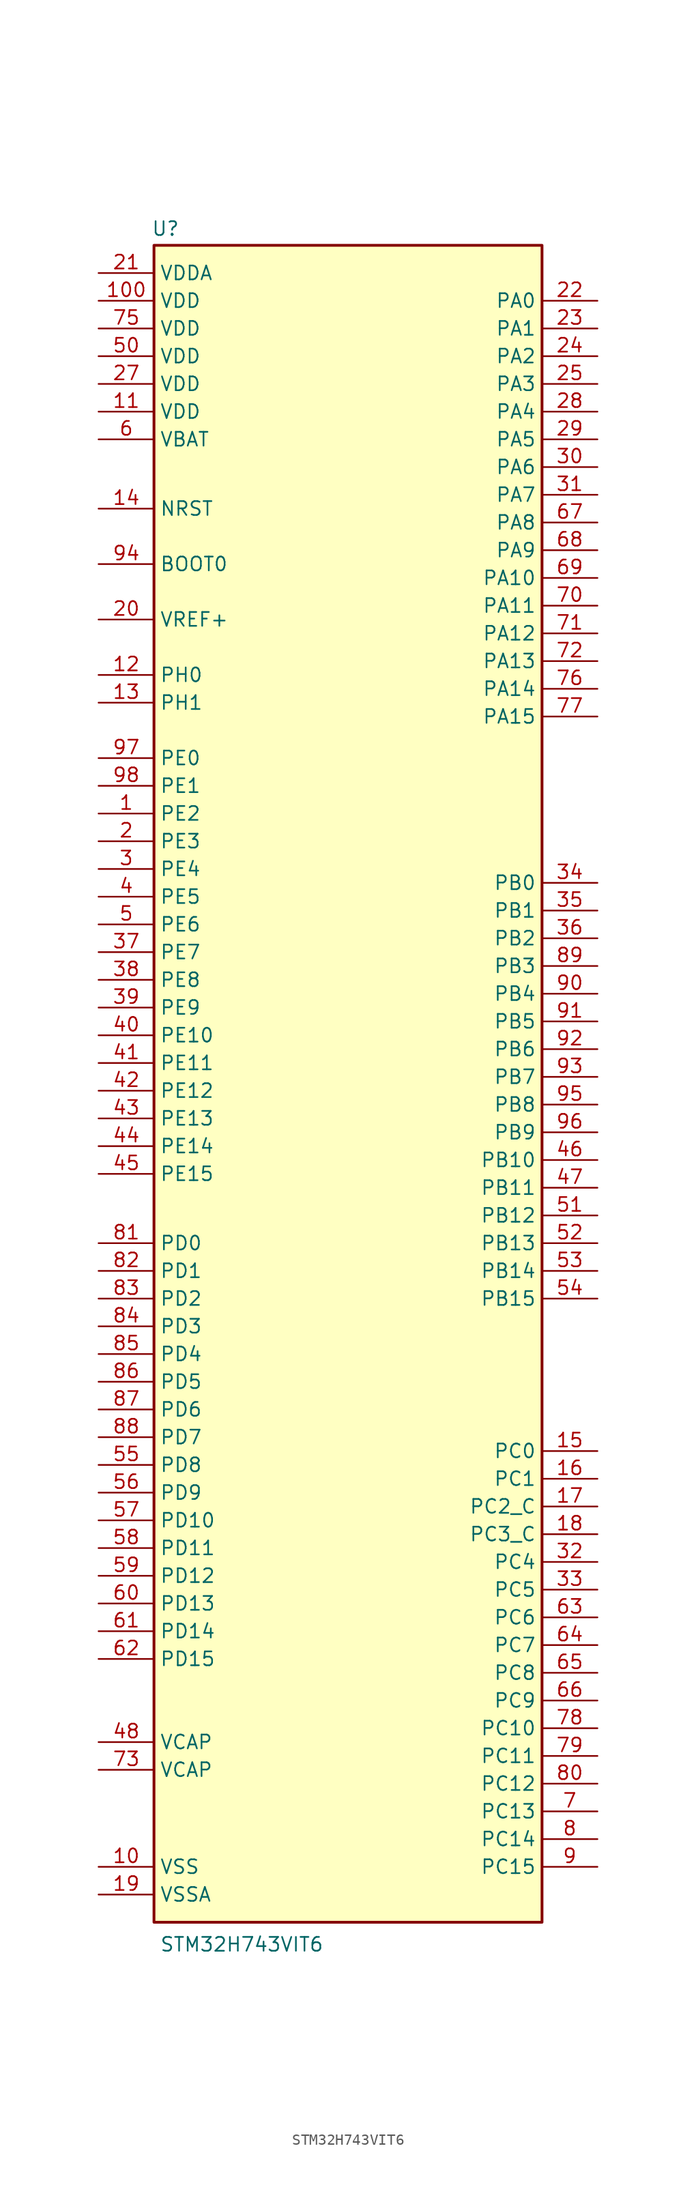
<source format=kicad_sym>
(kicad_symbol_lib
  (version 20241209)
  (generator "kicad_symbol_editor")
  (generator_version "9.0")
  (symbol "STM32H743VIT6"
    (property "Reference" "U"
      (at -18.034 89.154 0)
      (effects (font (size 1.27 1.27)) (justify left)))
    (property "Value" "STM32H743VIT6"
      (at -17.272 -68.072 0)
      (effects (font (size 1.27 1.27)) (justify left)))
    (symbol "STM32H743VIT6_0_1"
      (rectangle (start -17.78 87.63) (end 17.78 -66.04) (stroke (width 0.254) (type default)) (fill (type background))))
    (symbol "STM32H743VIT6_1_1"
      (pin power_in line (at -22.86 85.09 0) (length 5.08) (name "VDDA" (effects (font (size 1.27 1.27)))) (number "21" (effects (font (size 1.27 1.27)))))
      (pin power_in line (at -22.86 82.55 0) (length 5.08) (name "VDD" (effects (font (size 1.27 1.27)))) (number "100" (effects (font (size 1.27 1.27)))))
      (pin power_in line (at -22.86 80.01 0) (length 5.08) (name "VDD" (effects (font (size 1.27 1.27)))) (number "75" (effects (font (size 1.27 1.27)))))
      (pin power_in line (at -22.86 77.47 0) (length 5.08) (name "VDD" (effects (font (size 1.27 1.27)))) (number "50" (effects (font (size 1.27 1.27)))))
      (pin power_in line (at -22.86 74.93 0) (length 5.08) (name "VDD" (effects (font (size 1.27 1.27)))) (number "27" (effects (font (size 1.27 1.27)))))
      (pin power_in line (at -22.86 72.39 0) (length 5.08) (name "VDD" (effects (font (size 1.27 1.27)))) (number "11" (effects (font (size 1.27 1.27)))))
      (pin power_in line (at -22.86 69.85 0) (length 5.08) (name "VBAT" (effects (font (size 1.27 1.27)))) (number "6" (effects (font (size 1.27 1.27)))))
      (pin input line (at -22.86 63.5 0) (length 5.08) (name "NRST" (effects (font (size 1.27 1.27)))) (number "14" (effects (font (size 1.27 1.27)))))
      (pin input line (at -22.86 58.42 0) (length 5.08) (name "BOOT0" (effects (font (size 1.27 1.27)))) (number "94" (effects (font (size 1.27 1.27)))))
      (pin input line (at -22.86 53.34 0) (length 5.08) (name "VREF+" (effects (font (size 1.27 1.27)))) (number "20" (effects (font (size 1.27 1.27)))) (alternate "VREFBUF_OUT" bidirectional line))
      (pin bidirectional line (at -22.86 48.26 0) (length 5.08) (name "PH0" (effects (font (size 1.27 1.27)))) (number "12" (effects (font (size 1.27 1.27)))) (alternate "RCC_OSC_IN" bidirectional line))
      (pin bidirectional line (at -22.86 45.72 0) (length 5.08) (name "PH1" (effects (font (size 1.27 1.27)))) (number "13" (effects (font (size 1.27 1.27)))) (alternate "RCC_OSC_OUT" bidirectional line))
      (pin bidirectional line (at -22.86 40.64 0) (length 5.08) (name "PE0" (effects (font (size 1.27 1.27)))) (number "97" (effects (font (size 1.27 1.27)))) (alternate "DCMI_D2" bidirectional line) (alternate "FMC_NBL0" bidirectional line) (alternate "HRTIM_SCIN" bidirectional line) (alternate "LPTIM1_ETR" bidirectional line) (alternate "LPTIM2_ETR" bidirectional line) (alternate "SAI2_MCLK_A" bidirectional line) (alternate "TIM4_ETR" bidirectional line) (alternate "UART8_RX" bidirectional line))
      (pin bidirectional line (at -22.86 38.1 0) (length 5.08) (name "PE1" (effects (font (size 1.27 1.27)))) (number "98" (effects (font (size 1.27 1.27)))) (alternate "DCMI_D3" bidirectional line) (alternate "FMC_NBL1" bidirectional line) (alternate "HRTIM_SCOUT" bidirectional line) (alternate "LPTIM1_IN2" bidirectional line) (alternate "UART8_TX" bidirectional line))
      (pin bidirectional line (at -22.86 35.56 0) (length 5.08) (name "PE2" (effects (font (size 1.27 1.27)))) (number "1" (effects (font (size 1.27 1.27)))) (alternate "DEBUG_TRACECLK" bidirectional line) (alternate "ETH_TXD3" bidirectional line) (alternate "FMC_A23" bidirectional line) (alternate "QUADSPI_BK1_IO2" bidirectional line) (alternate "SAI1_CK1" bidirectional line) (alternate "SAI1_MCLK_A" bidirectional line) (alternate "SAI4_CK1" bidirectional line) (alternate "SAI4_MCLK_A" bidirectional line) (alternate "SPI4_SCK" bidirectional line))
      (pin bidirectional line (at -22.86 33.02 0) (length 5.08) (name "PE3" (effects (font (size 1.27 1.27)))) (number "2" (effects (font (size 1.27 1.27)))) (alternate "DEBUG_TRACED0" bidirectional line) (alternate "FMC_A19" bidirectional line) (alternate "SAI1_SD_B" bidirectional line) (alternate "SAI4_SD_B" bidirectional line) (alternate "TIM15_BKIN" bidirectional line))
      (pin bidirectional line (at -22.86 30.48 0) (length 5.08) (name "PE4" (effects (font (size 1.27 1.27)))) (number "3" (effects (font (size 1.27 1.27)))) (alternate "DCMI_D4" bidirectional line) (alternate "DEBUG_TRACED1" bidirectional line) (alternate "DFSDM1_DATIN3" bidirectional line) (alternate "FMC_A20" bidirectional line) (alternate "LTDC_B0" bidirectional line) (alternate "SAI1_D2" bidirectional line) (alternate "SAI1_FS_A" bidirectional line) (alternate "SAI4_D2" bidirectional line) (alternate "SAI4_FS_A" bidirectional line) (alternate "SPI4_NSS" bidirectional line) (alternate "TIM15_CH1N" bidirectional line))
      (pin bidirectional line (at -22.86 27.94 0) (length 5.08) (name "PE5" (effects (font (size 1.27 1.27)))) (number "4" (effects (font (size 1.27 1.27)))) (alternate "DCMI_D6" bidirectional line) (alternate "DEBUG_TRACED2" bidirectional line) (alternate "DFSDM1_CKIN3" bidirectional line) (alternate "FMC_A21" bidirectional line) (alternate "LTDC_G0" bidirectional line) (alternate "SAI1_CK2" bidirectional line) (alternate "SAI1_SCK_A" bidirectional line) (alternate "SAI4_CK2" bidirectional line) (alternate "SAI4_SCK_A" bidirectional line) (alternate "SPI4_MISO" bidirectional line) (alternate "TIM15_CH1" bidirectional line))
      (pin bidirectional line (at -22.86 25.4 0) (length 5.08) (name "PE6" (effects (font (size 1.27 1.27)))) (number "5" (effects (font (size 1.27 1.27)))) (alternate "DCMI_D7" bidirectional line) (alternate "DEBUG_TRACED3" bidirectional line) (alternate "FMC_A22" bidirectional line) (alternate "LTDC_G1" bidirectional line) (alternate "SAI1_D1" bidirectional line) (alternate "SAI1_SD_A" bidirectional line) (alternate "SAI2_MCLK_B" bidirectional line) (alternate "SAI4_D1" bidirectional line) (alternate "SAI4_SD_A" bidirectional line) (alternate "SPI4_MOSI" bidirectional line) (alternate "TIM15_CH2" bidirectional line) (alternate "TIM1_BKIN2" bidirectional line) (alternate "TIM1_BKIN2_COMP1" bidirectional line) (alternate "TIM1_BKIN2_COMP2" bidirectional line))
      (pin bidirectional line (at -22.86 22.86 0) (length 5.08) (name "PE7" (effects (font (size 1.27 1.27)))) (number "37" (effects (font (size 1.27 1.27)))) (alternate "COMP2_INM" bidirectional line) (alternate "DFSDM1_DATIN2" bidirectional line) (alternate "FMC_D4" bidirectional line) (alternate "FMC_DA4" bidirectional line) (alternate "OPAMP2_VOUT" bidirectional line) (alternate "QUADSPI_BK2_IO0" bidirectional line) (alternate "TIM1_ETR" bidirectional line) (alternate "UART7_RX" bidirectional line))
      (pin bidirectional line (at -22.86 20.32 0) (length 5.08) (name "PE8" (effects (font (size 1.27 1.27)))) (number "38" (effects (font (size 1.27 1.27)))) (alternate "COMP2_OUT" bidirectional line) (alternate "DFSDM1_CKIN2" bidirectional line) (alternate "FMC_D5" bidirectional line) (alternate "FMC_DA5" bidirectional line) (alternate "OPAMP2_VINM" bidirectional line) (alternate "OPAMP2_VINM0" bidirectional line) (alternate "QUADSPI_BK2_IO1" bidirectional line) (alternate "TIM1_CH1N" bidirectional line) (alternate "UART7_TX" bidirectional line))
      (pin bidirectional line (at -22.86 17.78 0) (length 5.08) (name "PE9" (effects (font (size 1.27 1.27)))) (number "39" (effects (font (size 1.27 1.27)))) (alternate "COMP2_INP" bidirectional line) (alternate "DAC1_EXTI9" bidirectional line) (alternate "DFSDM1_CKOUT" bidirectional line) (alternate "FMC_D6" bidirectional line) (alternate "FMC_DA6" bidirectional line) (alternate "OPAMP2_VINP" bidirectional line) (alternate "QUADSPI_BK2_IO2" bidirectional line) (alternate "TIM1_CH1" bidirectional line) (alternate "UART7_DE" bidirectional line) (alternate "UART7_RTS" bidirectional line))
      (pin bidirectional line (at -22.86 15.24 0) (length 5.08) (name "PE10" (effects (font (size 1.27 1.27)))) (number "40" (effects (font (size 1.27 1.27)))) (alternate "COMP2_INM" bidirectional line) (alternate "DFSDM1_DATIN4" bidirectional line) (alternate "FMC_D7" bidirectional line) (alternate "FMC_DA7" bidirectional line) (alternate "QUADSPI_BK2_IO3" bidirectional line) (alternate "TIM1_CH2N" bidirectional line) (alternate "UART7_CTS" bidirectional line))
      (pin bidirectional line (at -22.86 12.7 0) (length 5.08) (name "PE11" (effects (font (size 1.27 1.27)))) (number "41" (effects (font (size 1.27 1.27)))) (alternate "ADC1_EXTI11" bidirectional line) (alternate "ADC2_EXTI11" bidirectional line) (alternate "ADC3_EXTI11" bidirectional line) (alternate "COMP2_INP" bidirectional line) (alternate "DFSDM1_CKIN4" bidirectional line) (alternate "FMC_D8" bidirectional line) (alternate "FMC_DA8" bidirectional line) (alternate "LTDC_G3" bidirectional line) (alternate "SAI2_SD_B" bidirectional line) (alternate "SPI4_NSS" bidirectional line) (alternate "TIM1_CH2" bidirectional line))
      (pin bidirectional line (at -22.86 10.16 0) (length 5.08) (name "PE12" (effects (font (size 1.27 1.27)))) (number "42" (effects (font (size 1.27 1.27)))) (alternate "COMP1_OUT" bidirectional line) (alternate "DFSDM1_DATIN5" bidirectional line) (alternate "FMC_D9" bidirectional line) (alternate "FMC_DA9" bidirectional line) (alternate "LTDC_B4" bidirectional line) (alternate "SAI2_SCK_B" bidirectional line) (alternate "SPI4_SCK" bidirectional line) (alternate "TIM1_CH3N" bidirectional line))
      (pin bidirectional line (at -22.86 7.62 0) (length 5.08) (name "PE13" (effects (font (size 1.27 1.27)))) (number "43" (effects (font (size 1.27 1.27)))) (alternate "COMP2_OUT" bidirectional line) (alternate "DFSDM1_CKIN5" bidirectional line) (alternate "FMC_D10" bidirectional line) (alternate "FMC_DA10" bidirectional line) (alternate "LTDC_DE" bidirectional line) (alternate "SAI2_FS_B" bidirectional line) (alternate "SPI4_MISO" bidirectional line) (alternate "TIM1_CH3" bidirectional line))
      (pin bidirectional line (at -22.86 5.08 0) (length 5.08) (name "PE14" (effects (font (size 1.27 1.27)))) (number "44" (effects (font (size 1.27 1.27)))) (alternate "FMC_D11" bidirectional line) (alternate "FMC_DA11" bidirectional line) (alternate "LTDC_CLK" bidirectional line) (alternate "SAI2_MCLK_B" bidirectional line) (alternate "SPI4_MOSI" bidirectional line) (alternate "TIM1_CH4" bidirectional line))
      (pin bidirectional line (at -22.86 2.54 0) (length 5.08) (name "PE15" (effects (font (size 1.27 1.27)))) (number "45" (effects (font (size 1.27 1.27)))) (alternate "ADC1_EXTI15" bidirectional line) (alternate "ADC2_EXTI15" bidirectional line) (alternate "ADC3_EXTI15" bidirectional line) (alternate "FMC_D12" bidirectional line) (alternate "FMC_DA12" bidirectional line) (alternate "LTDC_R7" bidirectional line) (alternate "TIM1_BKIN" bidirectional line) (alternate "TIM1_BKIN_COMP1" bidirectional line) (alternate "TIM1_BKIN_COMP2" bidirectional line))
      (pin bidirectional line (at -22.86 -3.81 0) (length 5.08) (name "PD0" (effects (font (size 1.27 1.27)))) (number "81" (effects (font (size 1.27 1.27)))) (alternate "DFSDM1_CKIN6" bidirectional line) (alternate "FDCAN1_RX" bidirectional line) (alternate "FMC_D2" bidirectional line) (alternate "FMC_DA2" bidirectional line) (alternate "SAI3_SCK_A" bidirectional line) (alternate "UART4_RX" bidirectional line))
      (pin bidirectional line (at -22.86 -6.35 0) (length 5.08) (name "PD1" (effects (font (size 1.27 1.27)))) (number "82" (effects (font (size 1.27 1.27)))) (alternate "DFSDM1_DATIN6" bidirectional line) (alternate "FDCAN1_TX" bidirectional line) (alternate "FMC_D3" bidirectional line) (alternate "FMC_DA3" bidirectional line) (alternate "SAI3_SD_A" bidirectional line) (alternate "UART4_TX" bidirectional line))
      (pin bidirectional line (at -22.86 -8.89 0) (length 5.08) (name "PD2" (effects (font (size 1.27 1.27)))) (number "83" (effects (font (size 1.27 1.27)))) (alternate "DCMI_D11" bidirectional line) (alternate "DEBUG_TRACED2" bidirectional line) (alternate "SDMMC1_CMD" bidirectional line) (alternate "TIM3_ETR" bidirectional line) (alternate "UART5_RX" bidirectional line))
      (pin bidirectional line (at -22.86 -11.43 0) (length 5.08) (name "PD3" (effects (font (size 1.27 1.27)))) (number "84" (effects (font (size 1.27 1.27)))) (alternate "DCMI_D5" bidirectional line) (alternate "DFSDM1_CKOUT" bidirectional line) (alternate "FMC_CLK" bidirectional line) (alternate "I2S2_CK" bidirectional line) (alternate "LTDC_G7" bidirectional line) (alternate "SPI2_SCK" bidirectional line) (alternate "USART2_CTS" bidirectional line) (alternate "USART2_NSS" bidirectional line))
      (pin bidirectional line (at -22.86 -13.97 0) (length 5.08) (name "PD4" (effects (font (size 1.27 1.27)))) (number "85" (effects (font (size 1.27 1.27)))) (alternate "FMC_NOE" bidirectional line) (alternate "HRTIM_FLT3" bidirectional line) (alternate "SAI3_FS_A" bidirectional line) (alternate "USART2_DE" bidirectional line) (alternate "USART2_RTS" bidirectional line))
      (pin bidirectional line (at -22.86 -16.51 0) (length 5.08) (name "PD5" (effects (font (size 1.27 1.27)))) (number "86" (effects (font (size 1.27 1.27)))) (alternate "FMC_NWE" bidirectional line) (alternate "HRTIM_EEV3" bidirectional line) (alternate "USART2_TX" bidirectional line))
      (pin bidirectional line (at -22.86 -19.05 0) (length 5.08) (name "PD6" (effects (font (size 1.27 1.27)))) (number "87" (effects (font (size 1.27 1.27)))) (alternate "DCMI_D10" bidirectional line) (alternate "DFSDM1_CKIN4" bidirectional line) (alternate "DFSDM1_DATIN1" bidirectional line) (alternate "FMC_NWAIT" bidirectional line) (alternate "I2S3_SDO" bidirectional line) (alternate "LTDC_B2" bidirectional line) (alternate "SAI1_D1" bidirectional line) (alternate "SAI1_SD_A" bidirectional line) (alternate "SAI4_D1" bidirectional line) (alternate "SAI4_SD_A" bidirectional line) (alternate "SDMMC2_CK" bidirectional line) (alternate "SPI3_MOSI" bidirectional line) (alternate "USART2_RX" bidirectional line))
      (pin bidirectional line (at -22.86 -21.59 0) (length 5.08) (name "PD7" (effects (font (size 1.27 1.27)))) (number "88" (effects (font (size 1.27 1.27)))) (alternate "DFSDM1_CKIN1" bidirectional line) (alternate "DFSDM1_DATIN4" bidirectional line) (alternate "FMC_NE1" bidirectional line) (alternate "I2S1_SDO" bidirectional line) (alternate "SDMMC2_CMD" bidirectional line) (alternate "SPDIFRX1_IN0" bidirectional line) (alternate "SPI1_MOSI" bidirectional line) (alternate "USART2_CK" bidirectional line))
      (pin bidirectional line (at -22.86 -24.13 0) (length 5.08) (name "PD8" (effects (font (size 1.27 1.27)))) (number "55" (effects (font (size 1.27 1.27)))) (alternate "DFSDM1_CKIN3" bidirectional line) (alternate "FMC_D13" bidirectional line) (alternate "FMC_DA13" bidirectional line) (alternate "SAI3_SCK_B" bidirectional line) (alternate "SPDIFRX1_IN1" bidirectional line) (alternate "USART3_TX" bidirectional line))
      (pin bidirectional line (at -22.86 -26.67 0) (length 5.08) (name "PD9" (effects (font (size 1.27 1.27)))) (number "56" (effects (font (size 1.27 1.27)))) (alternate "DAC1_EXTI9" bidirectional line) (alternate "DFSDM1_DATIN3" bidirectional line) (alternate "FMC_D14" bidirectional line) (alternate "FMC_DA14" bidirectional line) (alternate "SAI3_SD_B" bidirectional line) (alternate "USART3_RX" bidirectional line))
      (pin bidirectional line (at -22.86 -29.21 0) (length 5.08) (name "PD10" (effects (font (size 1.27 1.27)))) (number "57" (effects (font (size 1.27 1.27)))) (alternate "DFSDM1_CKOUT" bidirectional line) (alternate "FMC_D15" bidirectional line) (alternate "FMC_DA15" bidirectional line) (alternate "LTDC_B3" bidirectional line) (alternate "SAI3_FS_B" bidirectional line) (alternate "USART3_CK" bidirectional line))
      (pin bidirectional line (at -22.86 -31.75 0) (length 5.08) (name "PD11" (effects (font (size 1.27 1.27)))) (number "58" (effects (font (size 1.27 1.27)))) (alternate "ADC1_EXTI11" bidirectional line) (alternate "ADC2_EXTI11" bidirectional line) (alternate "ADC3_EXTI11" bidirectional line) (alternate "FMC_A16" bidirectional line) (alternate "FMC_CLE" bidirectional line) (alternate "I2C4_SMBA" bidirectional line) (alternate "LPTIM2_IN2" bidirectional line) (alternate "QUADSPI_BK1_IO0" bidirectional line) (alternate "SAI2_SD_A" bidirectional line) (alternate "USART3_CTS" bidirectional line) (alternate "USART3_NSS" bidirectional line))
      (pin bidirectional line (at -22.86 -34.29 0) (length 5.08) (name "PD12" (effects (font (size 1.27 1.27)))) (number "59" (effects (font (size 1.27 1.27)))) (alternate "FMC_A17" bidirectional line) (alternate "FMC_ALE" bidirectional line) (alternate "I2C4_SCL" bidirectional line) (alternate "LPTIM1_IN1" bidirectional line) (alternate "LPTIM2_IN1" bidirectional line) (alternate "QUADSPI_BK1_IO1" bidirectional line) (alternate "SAI2_FS_A" bidirectional line) (alternate "TIM4_CH1" bidirectional line) (alternate "USART3_DE" bidirectional line) (alternate "USART3_RTS" bidirectional line))
      (pin bidirectional line (at -22.86 -36.83 0) (length 5.08) (name "PD13" (effects (font (size 1.27 1.27)))) (number "60" (effects (font (size 1.27 1.27)))) (alternate "FMC_A18" bidirectional line) (alternate "I2C4_SDA" bidirectional line) (alternate "LPTIM1_OUT" bidirectional line) (alternate "QUADSPI_BK1_IO3" bidirectional line) (alternate "SAI2_SCK_A" bidirectional line) (alternate "TIM4_CH2" bidirectional line))
      (pin bidirectional line (at -22.86 -39.37 0) (length 5.08) (name "PD14" (effects (font (size 1.27 1.27)))) (number "61" (effects (font (size 1.27 1.27)))) (alternate "FMC_D0" bidirectional line) (alternate "FMC_DA0" bidirectional line) (alternate "SAI3_MCLK_B" bidirectional line) (alternate "TIM4_CH3" bidirectional line) (alternate "UART8_CTS" bidirectional line))
      (pin bidirectional line (at -22.86 -41.91 0) (length 5.08) (name "PD15" (effects (font (size 1.27 1.27)))) (number "62" (effects (font (size 1.27 1.27)))) (alternate "ADC1_EXTI15" bidirectional line) (alternate "ADC2_EXTI15" bidirectional line) (alternate "ADC3_EXTI15" bidirectional line) (alternate "FMC_D1" bidirectional line) (alternate "FMC_DA1" bidirectional line) (alternate "SAI3_MCLK_A" bidirectional line) (alternate "TIM4_CH4" bidirectional line) (alternate "UART8_DE" bidirectional line) (alternate "UART8_RTS" bidirectional line))
      (pin power_out line (at -22.86 -49.53 0) (length 5.08) (name "VCAP" (effects (font (size 1.27 1.27)))) (number "48" (effects (font (size 1.27 1.27)))))
      (pin power_out line (at -22.86 -52.07 0) (length 5.08) (name "VCAP" (effects (font (size 1.27 1.27)))) (number "73" (effects (font (size 1.27 1.27)))))
      (pin power_in line (at -22.86 -60.96 0) (length 5.08) (name "VSS" (effects (font (size 1.27 1.27)))) (number "10" (effects (font (size 1.27 1.27)))))
      (pin passive line (at -22.86 -60.96 0) (length 5.08) (hide yes) (name "VSS" (effects (font (size 1.27 1.27)))) (number "26" (effects (font (size 1.27 1.27)))))
      (pin passive line (at -22.86 -60.96 0) (length 5.08) (hide yes) (name "VSS" (effects (font (size 1.27 1.27)))) (number "49" (effects (font (size 1.27 1.27)))))
      (pin passive line (at -22.86 -60.96 0) (length 5.08) (hide yes) (name "VSS" (effects (font (size 1.27 1.27)))) (number "74" (effects (font (size 1.27 1.27)))))
      (pin passive line (at -22.86 -60.96 0) (length 5.08) (hide yes) (name "VSS" (effects (font (size 1.27 1.27)))) (number "99" (effects (font (size 1.27 1.27)))))
      (pin power_in line (at -22.86 -63.5 0) (length 5.08) (name "VSSA" (effects (font (size 1.27 1.27)))) (number "19" (effects (font (size 1.27 1.27)))))
      (pin bidirectional line (at 22.86 82.55 180) (length 5.08) (name "PA0" (effects (font (size 1.27 1.27)))) (number "22" (effects (font (size 1.27 1.27)))) (alternate "ADC1_INP16" bidirectional line) (alternate "ETH_CRS" bidirectional line) (alternate "PWR_WKUP1" bidirectional line) (alternate "SAI2_SD_B" bidirectional line) (alternate "SDMMC2_CMD" bidirectional line) (alternate "TIM15_BKIN" bidirectional line) (alternate "TIM2_CH1" bidirectional line) (alternate "TIM2_ETR" bidirectional line) (alternate "TIM5_CH1" bidirectional line) (alternate "TIM8_ETR" bidirectional line) (alternate "UART4_TX" bidirectional line) (alternate "USART2_CTS" bidirectional line) (alternate "USART2_NSS" bidirectional line))
      (pin bidirectional line (at 22.86 80.01 180) (length 5.08) (name "PA1" (effects (font (size 1.27 1.27)))) (number "23" (effects (font (size 1.27 1.27)))) (alternate "ADC1_INN16" bidirectional line) (alternate "ADC1_INP17" bidirectional line) (alternate "ETH_REF_CLK" bidirectional line) (alternate "ETH_RX_CLK" bidirectional line) (alternate "LPTIM3_OUT" bidirectional line) (alternate "LTDC_R2" bidirectional line) (alternate "QUADSPI_BK1_IO3" bidirectional line) (alternate "SAI2_MCLK_B" bidirectional line) (alternate "TIM15_CH1N" bidirectional line) (alternate "TIM2_CH2" bidirectional line) (alternate "TIM5_CH2" bidirectional line) (alternate "UART4_RX" bidirectional line) (alternate "USART2_DE" bidirectional line) (alternate "USART2_RTS" bidirectional line))
      (pin bidirectional line (at 22.86 77.47 180) (length 5.08) (name "PA2" (effects (font (size 1.27 1.27)))) (number "24" (effects (font (size 1.27 1.27)))) (alternate "ADC1_INP14" bidirectional line) (alternate "ADC2_INP14" bidirectional line) (alternate "ETH_MDIO" bidirectional line) (alternate "LPTIM4_OUT" bidirectional line) (alternate "LTDC_R1" bidirectional line) (alternate "MDIOS_MDIO" bidirectional line) (alternate "PWR_WKUP2" bidirectional line) (alternate "SAI2_SCK_B" bidirectional line) (alternate "TIM15_CH1" bidirectional line) (alternate "TIM2_CH3" bidirectional line) (alternate "TIM5_CH3" bidirectional line) (alternate "USART2_TX" bidirectional line))
      (pin bidirectional line (at 22.86 74.93 180) (length 5.08) (name "PA3" (effects (font (size 1.27 1.27)))) (number "25" (effects (font (size 1.27 1.27)))) (alternate "ADC1_INP15" bidirectional line) (alternate "ADC2_INP15" bidirectional line) (alternate "ETH_COL" bidirectional line) (alternate "LPTIM5_OUT" bidirectional line) (alternate "LTDC_B2" bidirectional line) (alternate "LTDC_B5" bidirectional line) (alternate "TIM15_CH2" bidirectional line) (alternate "TIM2_CH4" bidirectional line) (alternate "TIM5_CH4" bidirectional line) (alternate "USART2_RX" bidirectional line) (alternate "USB_OTG_HS_ULPI_D0" bidirectional line))
      (pin bidirectional line (at 22.86 72.39 180) (length 5.08) (name "PA4" (effects (font (size 1.27 1.27)))) (number "28" (effects (font (size 1.27 1.27)))) (alternate "ADC1_INP18" bidirectional line) (alternate "ADC2_INP18" bidirectional line) (alternate "DAC1_OUT1" bidirectional line) (alternate "DCMI_HSYNC" bidirectional line) (alternate "I2S1_WS" bidirectional line) (alternate "I2S3_WS" bidirectional line) (alternate "LTDC_VSYNC" bidirectional line) (alternate "SPI1_NSS" bidirectional line) (alternate "SPI3_NSS" bidirectional line) (alternate "SPI6_NSS" bidirectional line) (alternate "TIM5_ETR" bidirectional line) (alternate "USART2_CK" bidirectional line) (alternate "USB_OTG_HS_SOF" bidirectional line))
      (pin bidirectional line (at 22.86 69.85 180) (length 5.08) (name "PA5" (effects (font (size 1.27 1.27)))) (number "29" (effects (font (size 1.27 1.27)))) (alternate "ADC1_INN18" bidirectional line) (alternate "ADC1_INP19" bidirectional line) (alternate "ADC2_INN18" bidirectional line) (alternate "ADC2_INP19" bidirectional line) (alternate "DAC1_OUT2" bidirectional line) (alternate "I2S1_CK" bidirectional line) (alternate "LTDC_R4" bidirectional line) (alternate "PWR_NDSTOP2" bidirectional line) (alternate "SPI1_SCK" bidirectional line) (alternate "SPI6_SCK" bidirectional line) (alternate "TIM2_CH1" bidirectional line) (alternate "TIM2_ETR" bidirectional line) (alternate "TIM8_CH1N" bidirectional line) (alternate "USB_OTG_HS_ULPI_CK" bidirectional line))
      (pin bidirectional line (at 22.86 67.31 180) (length 5.08) (name "PA6" (effects (font (size 1.27 1.27)))) (number "30" (effects (font (size 1.27 1.27)))) (alternate "ADC1_INP3" bidirectional line) (alternate "ADC2_INP3" bidirectional line) (alternate "DCMI_PIXCLK" bidirectional line) (alternate "I2S1_SDI" bidirectional line) (alternate "LTDC_G2" bidirectional line) (alternate "MDIOS_MDC" bidirectional line) (alternate "SPI1_MISO" bidirectional line) (alternate "SPI6_MISO" bidirectional line) (alternate "TIM13_CH1" bidirectional line) (alternate "TIM1_BKIN" bidirectional line) (alternate "TIM1_BKIN_COMP1" bidirectional line) (alternate "TIM1_BKIN_COMP2" bidirectional line) (alternate "TIM3_CH1" bidirectional line) (alternate "TIM8_BKIN" bidirectional line) (alternate "TIM8_BKIN_COMP1" bidirectional line) (alternate "TIM8_BKIN_COMP2" bidirectional line))
      (pin bidirectional line (at 22.86 64.77 180) (length 5.08) (name "PA7" (effects (font (size 1.27 1.27)))) (number "31" (effects (font (size 1.27 1.27)))) (alternate "ADC1_INN3" bidirectional line) (alternate "ADC1_INP7" bidirectional line) (alternate "ADC2_INN3" bidirectional line) (alternate "ADC2_INP7" bidirectional line) (alternate "ETH_CRS_DV" bidirectional line) (alternate "ETH_RX_DV" bidirectional line) (alternate "FMC_SDNWE" bidirectional line) (alternate "I2S1_SDO" bidirectional line) (alternate "OPAMP1_VINM" bidirectional line) (alternate "OPAMP1_VINM1" bidirectional line) (alternate "SPI1_MOSI" bidirectional line) (alternate "SPI6_MOSI" bidirectional line) (alternate "TIM14_CH1" bidirectional line) (alternate "TIM1_CH1N" bidirectional line) (alternate "TIM3_CH2" bidirectional line) (alternate "TIM8_CH1N" bidirectional line))
      (pin bidirectional line (at 22.86 62.23 180) (length 5.08) (name "PA8" (effects (font (size 1.27 1.27)))) (number "67" (effects (font (size 1.27 1.27)))) (alternate "HRTIM_CHB2" bidirectional line) (alternate "I2C3_SCL" bidirectional line) (alternate "LTDC_B3" bidirectional line) (alternate "LTDC_R6" bidirectional line) (alternate "RCC_MCO_1" bidirectional line) (alternate "TIM1_CH1" bidirectional line) (alternate "TIM8_BKIN2" bidirectional line) (alternate "TIM8_BKIN2_COMP1" bidirectional line) (alternate "TIM8_BKIN2_COMP2" bidirectional line) (alternate "UART7_RX" bidirectional line) (alternate "USART1_CK" bidirectional line) (alternate "USB_OTG_FS_SOF" bidirectional line))
      (pin bidirectional line (at 22.86 59.69 180) (length 5.08) (name "PA9" (effects (font (size 1.27 1.27)))) (number "68" (effects (font (size 1.27 1.27)))) (alternate "DAC1_EXTI9" bidirectional line) (alternate "DCMI_D0" bidirectional line) (alternate "ETH_TX_ER" bidirectional line) (alternate "HRTIM_CHC1" bidirectional line) (alternate "I2C3_SMBA" bidirectional line) (alternate "I2S2_CK" bidirectional line) (alternate "LPUART1_TX" bidirectional line) (alternate "LTDC_R5" bidirectional line) (alternate "SPI2_SCK" bidirectional line) (alternate "TIM1_CH2" bidirectional line) (alternate "USART1_TX" bidirectional line) (alternate "USB_OTG_FS_VBUS" bidirectional line))
      (pin bidirectional line (at 22.86 57.15 180) (length 5.08) (name "PA10" (effects (font (size 1.27 1.27)))) (number "69" (effects (font (size 1.27 1.27)))) (alternate "DCMI_D1" bidirectional line) (alternate "HRTIM_CHC2" bidirectional line) (alternate "LPUART1_RX" bidirectional line) (alternate "LTDC_B1" bidirectional line) (alternate "LTDC_B4" bidirectional line) (alternate "MDIOS_MDIO" bidirectional line) (alternate "TIM1_CH3" bidirectional line) (alternate "USART1_RX" bidirectional line) (alternate "USB_OTG_FS_ID" bidirectional line))
      (pin bidirectional line (at 22.86 54.61 180) (length 5.08) (name "PA11" (effects (font (size 1.27 1.27)))) (number "70" (effects (font (size 1.27 1.27)))) (alternate "ADC1_EXTI11" bidirectional line) (alternate "ADC2_EXTI11" bidirectional line) (alternate "ADC3_EXTI11" bidirectional line) (alternate "FDCAN1_RX" bidirectional line) (alternate "HRTIM_CHD1" bidirectional line) (alternate "I2S2_WS" bidirectional line) (alternate "LPUART1_CTS" bidirectional line) (alternate "LTDC_R4" bidirectional line) (alternate "SPI2_NSS" bidirectional line) (alternate "TIM1_CH4" bidirectional line) (alternate "UART4_RX" bidirectional line) (alternate "USART1_CTS" bidirectional line) (alternate "USART1_NSS" bidirectional line) (alternate "USB_OTG_FS_DM" bidirectional line))
      (pin bidirectional line (at 22.86 52.07 180) (length 5.08) (name "PA12" (effects (font (size 1.27 1.27)))) (number "71" (effects (font (size 1.27 1.27)))) (alternate "FDCAN1_TX" bidirectional line) (alternate "HRTIM_CHD2" bidirectional line) (alternate "I2S2_CK" bidirectional line) (alternate "LPUART1_DE" bidirectional line) (alternate "LPUART1_RTS" bidirectional line) (alternate "LTDC_R5" bidirectional line) (alternate "SAI2_FS_B" bidirectional line) (alternate "SPI2_SCK" bidirectional line) (alternate "TIM1_ETR" bidirectional line) (alternate "UART4_TX" bidirectional line) (alternate "USART1_DE" bidirectional line) (alternate "USART1_RTS" bidirectional line) (alternate "USB_OTG_FS_DP" bidirectional line))
      (pin bidirectional line (at 22.86 49.53 180) (length 5.08) (name "PA13" (effects (font (size 1.27 1.27)))) (number "72" (effects (font (size 1.27 1.27)))) (alternate "DEBUG_JTMS-SWDIO" bidirectional line))
      (pin bidirectional line (at 22.86 46.99 180) (length 5.08) (name "PA14" (effects (font (size 1.27 1.27)))) (number "76" (effects (font (size 1.27 1.27)))) (alternate "DEBUG_JTCK-SWCLK" bidirectional line))
      (pin bidirectional line (at 22.86 44.45 180) (length 5.08) (name "PA15" (effects (font (size 1.27 1.27)))) (number "77" (effects (font (size 1.27 1.27)))) (alternate "ADC1_EXTI15" bidirectional line) (alternate "ADC2_EXTI15" bidirectional line) (alternate "ADC3_EXTI15" bidirectional line) (alternate "CEC" bidirectional line) (alternate "DEBUG_JTDI" bidirectional line) (alternate "HRTIM_FLT1" bidirectional line) (alternate "I2S1_WS" bidirectional line) (alternate "I2S3_WS" bidirectional line) (alternate "SPI1_NSS" bidirectional line) (alternate "SPI3_NSS" bidirectional line) (alternate "SPI6_NSS" bidirectional line) (alternate "TIM2_CH1" bidirectional line) (alternate "TIM2_ETR" bidirectional line) (alternate "UART4_DE" bidirectional line) (alternate "UART4_RTS" bidirectional line) (alternate "UART7_TX" bidirectional line))
      (pin bidirectional line (at 22.86 29.21 180) (length 5.08) (name "PB0" (effects (font (size 1.27 1.27)))) (number "34" (effects (font (size 1.27 1.27)))) (alternate "ADC1_INN5" bidirectional line) (alternate "ADC1_INP9" bidirectional line) (alternate "ADC2_INN5" bidirectional line) (alternate "ADC2_INP9" bidirectional line) (alternate "COMP1_INP" bidirectional line) (alternate "DFSDM1_CKOUT" bidirectional line) (alternate "ETH_RXD2" bidirectional line) (alternate "LTDC_G1" bidirectional line) (alternate "LTDC_R3" bidirectional line) (alternate "OPAMP1_VINP" bidirectional line) (alternate "TIM1_CH2N" bidirectional line) (alternate "TIM3_CH3" bidirectional line) (alternate "TIM8_CH2N" bidirectional line) (alternate "UART4_CTS" bidirectional line) (alternate "USB_OTG_HS_ULPI_D1" bidirectional line))
      (pin bidirectional line (at 22.86 26.67 180) (length 5.08) (name "PB1" (effects (font (size 1.27 1.27)))) (number "35" (effects (font (size 1.27 1.27)))) (alternate "ADC1_INP5" bidirectional line) (alternate "ADC2_INP5" bidirectional line) (alternate "COMP1_INM" bidirectional line) (alternate "DFSDM1_DATIN1" bidirectional line) (alternate "ETH_RXD3" bidirectional line) (alternate "LTDC_G0" bidirectional line) (alternate "LTDC_R6" bidirectional line) (alternate "TIM1_CH3N" bidirectional line) (alternate "TIM3_CH4" bidirectional line) (alternate "TIM8_CH3N" bidirectional line) (alternate "USB_OTG_HS_ULPI_D2" bidirectional line))
      (pin bidirectional line (at 22.86 24.13 180) (length 5.08) (name "PB2" (effects (font (size 1.27 1.27)))) (number "36" (effects (font (size 1.27 1.27)))) (alternate "COMP1_INP" bidirectional line) (alternate "DFSDM1_CKIN1" bidirectional line) (alternate "ETH_TX_ER" bidirectional line) (alternate "I2S3_SDO" bidirectional line) (alternate "QUADSPI_CLK" bidirectional line) (alternate "RTC_OUT_ALARM" bidirectional line) (alternate "RTC_OUT_CALIB" bidirectional line) (alternate "SAI1_D1" bidirectional line) (alternate "SAI1_SD_A" bidirectional line) (alternate "SAI4_D1" bidirectional line) (alternate "SAI4_SD_A" bidirectional line) (alternate "SPI3_MOSI" bidirectional line))
      (pin bidirectional line (at 22.86 21.59 180) (length 5.08) (name "PB3" (effects (font (size 1.27 1.27)))) (number "89" (effects (font (size 1.27 1.27)))) (alternate "CRS_SYNC" bidirectional line) (alternate "DEBUG_JTDO-SWO" bidirectional line) (alternate "HRTIM_FLT4" bidirectional line) (alternate "I2S1_CK" bidirectional line) (alternate "I2S3_CK" bidirectional line) (alternate "SDMMC2_D2" bidirectional line) (alternate "SPI1_SCK" bidirectional line) (alternate "SPI3_SCK" bidirectional line) (alternate "SPI6_SCK" bidirectional line) (alternate "TIM2_CH2" bidirectional line) (alternate "UART7_RX" bidirectional line))
      (pin bidirectional line (at 22.86 19.05 180) (length 5.08) (name "PB4" (effects (font (size 1.27 1.27)))) (number "90" (effects (font (size 1.27 1.27)))) (alternate "DEBUG_JTRST" bidirectional line) (alternate "HRTIM_EEV6" bidirectional line) (alternate "I2S1_SDI" bidirectional line) (alternate "I2S2_WS" bidirectional line) (alternate "I2S3_SDI" bidirectional line) (alternate "SDMMC2_D3" bidirectional line) (alternate "SPI1_MISO" bidirectional line) (alternate "SPI2_NSS" bidirectional line) (alternate "SPI3_MISO" bidirectional line) (alternate "SPI6_MISO" bidirectional line) (alternate "TIM16_BKIN" bidirectional line) (alternate "TIM3_CH1" bidirectional line) (alternate "UART7_TX" bidirectional line))
      (pin bidirectional line (at 22.86 16.51 180) (length 5.08) (name "PB5" (effects (font (size 1.27 1.27)))) (number "91" (effects (font (size 1.27 1.27)))) (alternate "DCMI_D10" bidirectional line) (alternate "ETH_PPS_OUT" bidirectional line) (alternate "FDCAN2_RX" bidirectional line) (alternate "FMC_SDCKE1" bidirectional line) (alternate "HRTIM_EEV7" bidirectional line) (alternate "I2C1_SMBA" bidirectional line) (alternate "I2C4_SMBA" bidirectional line) (alternate "I2S1_SDO" bidirectional line) (alternate "I2S3_SDO" bidirectional line) (alternate "SPI1_MOSI" bidirectional line) (alternate "SPI3_MOSI" bidirectional line) (alternate "SPI6_MOSI" bidirectional line) (alternate "TIM17_BKIN" bidirectional line) (alternate "TIM3_CH2" bidirectional line) (alternate "UART5_RX" bidirectional line) (alternate "USB_OTG_HS_ULPI_D7" bidirectional line))
      (pin bidirectional line (at 22.86 13.97 180) (length 5.08) (name "PB6" (effects (font (size 1.27 1.27)))) (number "92" (effects (font (size 1.27 1.27)))) (alternate "CEC" bidirectional line) (alternate "DCMI_D5" bidirectional line) (alternate "DFSDM1_DATIN5" bidirectional line) (alternate "FDCAN2_TX" bidirectional line) (alternate "FMC_SDNE1" bidirectional line) (alternate "HRTIM_EEV8" bidirectional line) (alternate "I2C1_SCL" bidirectional line) (alternate "I2C4_SCL" bidirectional line) (alternate "LPUART1_TX" bidirectional line) (alternate "QUADSPI_BK1_NCS" bidirectional line) (alternate "TIM16_CH1N" bidirectional line) (alternate "TIM4_CH1" bidirectional line) (alternate "UART5_TX" bidirectional line) (alternate "USART1_TX" bidirectional line))
      (pin bidirectional line (at 22.86 11.43 180) (length 5.08) (name "PB7" (effects (font (size 1.27 1.27)))) (number "93" (effects (font (size 1.27 1.27)))) (alternate "DCMI_VSYNC" bidirectional line) (alternate "DFSDM1_CKIN5" bidirectional line) (alternate "FMC_NL" bidirectional line) (alternate "HRTIM_EEV9" bidirectional line) (alternate "I2C1_SDA" bidirectional line) (alternate "I2C4_SDA" bidirectional line) (alternate "LPUART1_RX" bidirectional line) (alternate "PWR_PVD_IN" bidirectional line) (alternate "TIM17_CH1N" bidirectional line) (alternate "TIM4_CH2" bidirectional line) (alternate "USART1_RX" bidirectional line))
      (pin bidirectional line (at 22.86 8.89 180) (length 5.08) (name "PB8" (effects (font (size 1.27 1.27)))) (number "95" (effects (font (size 1.27 1.27)))) (alternate "DCMI_D6" bidirectional line) (alternate "DFSDM1_CKIN7" bidirectional line) (alternate "ETH_TXD3" bidirectional line) (alternate "FDCAN1_RX" bidirectional line) (alternate "I2C1_SCL" bidirectional line) (alternate "I2C4_SCL" bidirectional line) (alternate "LTDC_B6" bidirectional line) (alternate "SDMMC1_CKIN" bidirectional line) (alternate "SDMMC1_D4" bidirectional line) (alternate "SDMMC2_D4" bidirectional line) (alternate "TIM16_CH1" bidirectional line) (alternate "TIM4_CH3" bidirectional line) (alternate "UART4_RX" bidirectional line))
      (pin bidirectional line (at 22.86 6.35 180) (length 5.08) (name "PB9" (effects (font (size 1.27 1.27)))) (number "96" (effects (font (size 1.27 1.27)))) (alternate "DAC1_EXTI9" bidirectional line) (alternate "DCMI_D7" bidirectional line) (alternate "DFSDM1_DATIN7" bidirectional line) (alternate "FDCAN1_TX" bidirectional line) (alternate "I2C1_SDA" bidirectional line) (alternate "I2C4_SDA" bidirectional line) (alternate "I2C4_SMBA" bidirectional line) (alternate "I2S2_WS" bidirectional line) (alternate "LTDC_B7" bidirectional line) (alternate "SDMMC1_CDIR" bidirectional line) (alternate "SDMMC1_D5" bidirectional line) (alternate "SDMMC2_D5" bidirectional line) (alternate "SPI2_NSS" bidirectional line) (alternate "TIM17_CH1" bidirectional line) (alternate "TIM4_CH4" bidirectional line) (alternate "UART4_TX" bidirectional line))
      (pin bidirectional line (at 22.86 3.81 180) (length 5.08) (name "PB10" (effects (font (size 1.27 1.27)))) (number "46" (effects (font (size 1.27 1.27)))) (alternate "DFSDM1_DATIN7" bidirectional line) (alternate "ETH_RX_ER" bidirectional line) (alternate "HRTIM_SCOUT" bidirectional line) (alternate "I2C2_SCL" bidirectional line) (alternate "I2S2_CK" bidirectional line) (alternate "LPTIM2_IN1" bidirectional line) (alternate "LTDC_G4" bidirectional line) (alternate "QUADSPI_BK1_NCS" bidirectional line) (alternate "SPI2_SCK" bidirectional line) (alternate "TIM2_CH3" bidirectional line) (alternate "USART3_TX" bidirectional line) (alternate "USB_OTG_HS_ULPI_D3" bidirectional line))
      (pin bidirectional line (at 22.86 1.27 180) (length 5.08) (name "PB11" (effects (font (size 1.27 1.27)))) (number "47" (effects (font (size 1.27 1.27)))) (alternate "ADC1_EXTI11" bidirectional line) (alternate "ADC2_EXTI11" bidirectional line) (alternate "ADC3_EXTI11" bidirectional line) (alternate "DFSDM1_CKIN7" bidirectional line) (alternate "ETH_TX_EN" bidirectional line) (alternate "HRTIM_SCIN" bidirectional line) (alternate "I2C2_SDA" bidirectional line) (alternate "LPTIM2_ETR" bidirectional line) (alternate "LTDC_G5" bidirectional line) (alternate "TIM2_CH4" bidirectional line) (alternate "USART3_RX" bidirectional line) (alternate "USB_OTG_HS_ULPI_D4" bidirectional line))
      (pin bidirectional line (at 22.86 -1.27 180) (length 5.08) (name "PB12" (effects (font (size 1.27 1.27)))) (number "51" (effects (font (size 1.27 1.27)))) (alternate "DFSDM1_DATIN1" bidirectional line) (alternate "ETH_TXD0" bidirectional line) (alternate "FDCAN2_RX" bidirectional line) (alternate "I2C2_SMBA" bidirectional line) (alternate "I2S2_WS" bidirectional line) (alternate "SPI2_NSS" bidirectional line) (alternate "TIM1_BKIN" bidirectional line) (alternate "TIM1_BKIN_COMP1" bidirectional line) (alternate "TIM1_BKIN_COMP2" bidirectional line) (alternate "UART5_RX" bidirectional line) (alternate "USART3_CK" bidirectional line) (alternate "USB_OTG_HS_ID" bidirectional line) (alternate "USB_OTG_HS_ULPI_D5" bidirectional line))
      (pin bidirectional line (at 22.86 -3.81 180) (length 5.08) (name "PB13" (effects (font (size 1.27 1.27)))) (number "52" (effects (font (size 1.27 1.27)))) (alternate "DFSDM1_CKIN1" bidirectional line) (alternate "ETH_TXD1" bidirectional line) (alternate "FDCAN2_TX" bidirectional line) (alternate "I2S2_CK" bidirectional line) (alternate "LPTIM2_OUT" bidirectional line) (alternate "SPI2_SCK" bidirectional line) (alternate "TIM1_CH1N" bidirectional line) (alternate "UART5_TX" bidirectional line) (alternate "USART3_CTS" bidirectional line) (alternate "USART3_NSS" bidirectional line) (alternate "USB_OTG_HS_ULPI_D6" bidirectional line) (alternate "USB_OTG_HS_VBUS" bidirectional line))
      (pin bidirectional line (at 22.86 -6.35 180) (length 5.08) (name "PB14" (effects (font (size 1.27 1.27)))) (number "53" (effects (font (size 1.27 1.27)))) (alternate "DFSDM1_DATIN2" bidirectional line) (alternate "I2S2_SDI" bidirectional line) (alternate "SDMMC2_D0" bidirectional line) (alternate "SPI2_MISO" bidirectional line) (alternate "TIM12_CH1" bidirectional line) (alternate "TIM1_CH2N" bidirectional line) (alternate "TIM8_CH2N" bidirectional line) (alternate "UART4_DE" bidirectional line) (alternate "UART4_RTS" bidirectional line) (alternate "USART1_TX" bidirectional line) (alternate "USART3_DE" bidirectional line) (alternate "USART3_RTS" bidirectional line) (alternate "USB_OTG_HS_DM" bidirectional line))
      (pin bidirectional line (at 22.86 -8.89 180) (length 5.08) (name "PB15" (effects (font (size 1.27 1.27)))) (number "54" (effects (font (size 1.27 1.27)))) (alternate "ADC1_EXTI15" bidirectional line) (alternate "ADC2_EXTI15" bidirectional line) (alternate "ADC3_EXTI15" bidirectional line) (alternate "DFSDM1_CKIN2" bidirectional line) (alternate "I2S2_SDO" bidirectional line) (alternate "RTC_REFIN" bidirectional line) (alternate "SDMMC2_D1" bidirectional line) (alternate "SPI2_MOSI" bidirectional line) (alternate "TIM12_CH2" bidirectional line) (alternate "TIM1_CH3N" bidirectional line) (alternate "TIM8_CH3N" bidirectional line) (alternate "UART4_CTS" bidirectional line) (alternate "USART1_RX" bidirectional line) (alternate "USB_OTG_HS_DP" bidirectional line))
      (pin bidirectional line (at 22.86 -22.86 180) (length 5.08) (name "PC0" (effects (font (size 1.27 1.27)))) (number "15" (effects (font (size 1.27 1.27)))) (alternate "ADC1_INP10" bidirectional line) (alternate "ADC2_INP10" bidirectional line) (alternate "ADC3_INP10" bidirectional line) (alternate "DFSDM1_CKIN0" bidirectional line) (alternate "DFSDM1_DATIN4" bidirectional line) (alternate "FMC_SDNWE" bidirectional line) (alternate "LTDC_R5" bidirectional line) (alternate "SAI2_FS_B" bidirectional line) (alternate "USB_OTG_HS_ULPI_STP" bidirectional line))
      (pin bidirectional line (at 22.86 -25.4 180) (length 5.08) (name "PC1" (effects (font (size 1.27 1.27)))) (number "16" (effects (font (size 1.27 1.27)))) (alternate "ADC1_INN10" bidirectional line) (alternate "ADC1_INP11" bidirectional line) (alternate "ADC2_INN10" bidirectional line) (alternate "ADC2_INP11" bidirectional line) (alternate "ADC3_INN10" bidirectional line) (alternate "ADC3_INP11" bidirectional line) (alternate "DEBUG_TRACED0" bidirectional line) (alternate "DFSDM1_CKIN4" bidirectional line) (alternate "DFSDM1_DATIN0" bidirectional line) (alternate "ETH_MDC" bidirectional line) (alternate "I2S2_SDO" bidirectional line) (alternate "MDIOS_MDC" bidirectional line) (alternate "PWR_WKUP6" bidirectional line) (alternate "RTC_TAMP3" bidirectional line) (alternate "SAI1_D1" bidirectional line) (alternate "SAI1_SD_A" bidirectional line) (alternate "SAI4_D1" bidirectional line) (alternate "SAI4_SD_A" bidirectional line) (alternate "SDMMC2_CK" bidirectional line) (alternate "SPI2_MOSI" bidirectional line))
      (pin bidirectional line (at 22.86 -27.94 180) (length 5.08) (name "PC2_C" (effects (font (size 1.27 1.27)))) (number "17" (effects (font (size 1.27 1.27)))) (alternate "ADC3_INN1" bidirectional line) (alternate "ADC3_INP0" bidirectional line) (alternate "DFSDM1_CKIN1" bidirectional line) (alternate "DFSDM1_CKOUT" bidirectional line) (alternate "ETH_TXD2" bidirectional line) (alternate "FMC_SDNE0" bidirectional line) (alternate "I2S2_SDI" bidirectional line) (alternate "PWR_CSTOP" bidirectional line) (alternate "SPI2_MISO" bidirectional line) (alternate "USB_OTG_HS_ULPI_DIR" bidirectional line))
      (pin bidirectional line (at 22.86 -30.48 180) (length 5.08) (name "PC3_C" (effects (font (size 1.27 1.27)))) (number "18" (effects (font (size 1.27 1.27)))) (alternate "ADC3_INP1" bidirectional line) (alternate "DFSDM1_DATIN1" bidirectional line) (alternate "ETH_TX_CLK" bidirectional line) (alternate "FMC_SDCKE0" bidirectional line) (alternate "I2S2_SDO" bidirectional line) (alternate "PWR_CSLEEP" bidirectional line) (alternate "SPI2_MOSI" bidirectional line) (alternate "USB_OTG_HS_ULPI_NXT" bidirectional line))
      (pin bidirectional line (at 22.86 -33.02 180) (length 5.08) (name "PC4" (effects (font (size 1.27 1.27)))) (number "32" (effects (font (size 1.27 1.27)))) (alternate "ADC1_INP4" bidirectional line) (alternate "ADC2_INP4" bidirectional line) (alternate "COMP1_INM" bidirectional line) (alternate "DFSDM1_CKIN2" bidirectional line) (alternate "ETH_RXD0" bidirectional line) (alternate "FMC_SDNE0" bidirectional line) (alternate "I2S1_MCK" bidirectional line) (alternate "OPAMP1_VOUT" bidirectional line) (alternate "SPDIFRX1_IN2" bidirectional line))
      (pin bidirectional line (at 22.86 -35.56 180) (length 5.08) (name "PC5" (effects (font (size 1.27 1.27)))) (number "33" (effects (font (size 1.27 1.27)))) (alternate "ADC1_INN4" bidirectional line) (alternate "ADC1_INP8" bidirectional line) (alternate "ADC2_INN4" bidirectional line) (alternate "ADC2_INP8" bidirectional line) (alternate "COMP1_OUT" bidirectional line) (alternate "DFSDM1_DATIN2" bidirectional line) (alternate "ETH_RXD1" bidirectional line) (alternate "FMC_SDCKE0" bidirectional line) (alternate "OPAMP1_VINM" bidirectional line) (alternate "OPAMP1_VINM0" bidirectional line) (alternate "SAI1_D3" bidirectional line) (alternate "SAI4_D3" bidirectional line) (alternate "SPDIFRX1_IN3" bidirectional line))
      (pin bidirectional line (at 22.86 -38.1 180) (length 5.08) (name "PC6" (effects (font (size 1.27 1.27)))) (number "63" (effects (font (size 1.27 1.27)))) (alternate "DCMI_D0" bidirectional line) (alternate "DFSDM1_CKIN3" bidirectional line) (alternate "FMC_NWAIT" bidirectional line) (alternate "HRTIM_CHA1" bidirectional line) (alternate "I2S2_MCK" bidirectional line) (alternate "LTDC_HSYNC" bidirectional line) (alternate "SDMMC1_D0DIR" bidirectional line) (alternate "SDMMC1_D6" bidirectional line) (alternate "SDMMC2_D6" bidirectional line) (alternate "SWPMI1_IO" bidirectional line) (alternate "TIM3_CH1" bidirectional line) (alternate "TIM8_CH1" bidirectional line) (alternate "USART6_TX" bidirectional line))
      (pin bidirectional line (at 22.86 -40.64 180) (length 5.08) (name "PC7" (effects (font (size 1.27 1.27)))) (number "64" (effects (font (size 1.27 1.27)))) (alternate "DCMI_D1" bidirectional line) (alternate "DEBUG_TRGIO" bidirectional line) (alternate "DFSDM1_DATIN3" bidirectional line) (alternate "FMC_NE1" bidirectional line) (alternate "HRTIM_CHA2" bidirectional line) (alternate "I2S3_MCK" bidirectional line) (alternate "LTDC_G6" bidirectional line) (alternate "SDMMC1_D123DIR" bidirectional line) (alternate "SDMMC1_D7" bidirectional line) (alternate "SDMMC2_D7" bidirectional line) (alternate "SWPMI1_TX" bidirectional line) (alternate "TIM3_CH2" bidirectional line) (alternate "TIM8_CH2" bidirectional line) (alternate "USART6_RX" bidirectional line))
      (pin bidirectional line (at 22.86 -43.18 180) (length 5.08) (name "PC8" (effects (font (size 1.27 1.27)))) (number "65" (effects (font (size 1.27 1.27)))) (alternate "DCMI_D2" bidirectional line) (alternate "DEBUG_TRACED1" bidirectional line) (alternate "FMC_NCE" bidirectional line) (alternate "FMC_NE2" bidirectional line) (alternate "HRTIM_CHB1" bidirectional line) (alternate "SDMMC1_D0" bidirectional line) (alternate "SWPMI1_RX" bidirectional line) (alternate "TIM3_CH3" bidirectional line) (alternate "TIM8_CH3" bidirectional line) (alternate "UART5_DE" bidirectional line) (alternate "UART5_RTS" bidirectional line) (alternate "USART6_CK" bidirectional line))
      (pin bidirectional line (at 22.86 -45.72 180) (length 5.08) (name "PC9" (effects (font (size 1.27 1.27)))) (number "66" (effects (font (size 1.27 1.27)))) (alternate "DAC1_EXTI9" bidirectional line) (alternate "DCMI_D3" bidirectional line) (alternate "I2C3_SDA" bidirectional line) (alternate "I2S_CKIN" bidirectional line) (alternate "LTDC_B2" bidirectional line) (alternate "LTDC_G3" bidirectional line) (alternate "QUADSPI_BK1_IO0" bidirectional line) (alternate "RCC_MCO_2" bidirectional line) (alternate "SDMMC1_D1" bidirectional line) (alternate "SWPMI1_SUSPEND" bidirectional line) (alternate "TIM3_CH4" bidirectional line) (alternate "TIM8_CH4" bidirectional line) (alternate "UART5_CTS" bidirectional line))
      (pin bidirectional line (at 22.86 -48.26 180) (length 5.08) (name "PC10" (effects (font (size 1.27 1.27)))) (number "78" (effects (font (size 1.27 1.27)))) (alternate "DCMI_D8" bidirectional line) (alternate "DFSDM1_CKIN5" bidirectional line) (alternate "HRTIM_EEV1" bidirectional line) (alternate "I2S3_CK" bidirectional line) (alternate "LTDC_R2" bidirectional line) (alternate "QUADSPI_BK1_IO1" bidirectional line) (alternate "SDMMC1_D2" bidirectional line) (alternate "SPI3_SCK" bidirectional line) (alternate "UART4_TX" bidirectional line) (alternate "USART3_TX" bidirectional line))
      (pin bidirectional line (at 22.86 -50.8 180) (length 5.08) (name "PC11" (effects (font (size 1.27 1.27)))) (number "79" (effects (font (size 1.27 1.27)))) (alternate "ADC1_EXTI11" bidirectional line) (alternate "ADC2_EXTI11" bidirectional line) (alternate "ADC3_EXTI11" bidirectional line) (alternate "DCMI_D4" bidirectional line) (alternate "DFSDM1_DATIN5" bidirectional line) (alternate "HRTIM_FLT2" bidirectional line) (alternate "I2S3_SDI" bidirectional line) (alternate "QUADSPI_BK2_NCS" bidirectional line) (alternate "SDMMC1_D3" bidirectional line) (alternate "SPI3_MISO" bidirectional line) (alternate "UART4_RX" bidirectional line) (alternate "USART3_RX" bidirectional line))
      (pin bidirectional line (at 22.86 -53.34 180) (length 5.08) (name "PC12" (effects (font (size 1.27 1.27)))) (number "80" (effects (font (size 1.27 1.27)))) (alternate "DCMI_D9" bidirectional line) (alternate "DEBUG_TRACED3" bidirectional line) (alternate "HRTIM_EEV2" bidirectional line) (alternate "I2S3_SDO" bidirectional line) (alternate "SDMMC1_CK" bidirectional line) (alternate "SPI3_MOSI" bidirectional line) (alternate "UART5_TX" bidirectional line) (alternate "USART3_CK" bidirectional line))
      (pin bidirectional line (at 22.86 -55.88 180) (length 5.08) (name "PC13" (effects (font (size 1.27 1.27)))) (number "7" (effects (font (size 1.27 1.27)))) (alternate "PWR_WKUP4" bidirectional line) (alternate "RTC_OUT_ALARM" bidirectional line) (alternate "RTC_OUT_CALIB" bidirectional line) (alternate "RTC_TAMP1" bidirectional line) (alternate "RTC_TS" bidirectional line))
      (pin bidirectional line (at 22.86 -58.42 180) (length 5.08) (name "PC14" (effects (font (size 1.27 1.27)))) (number "8" (effects (font (size 1.27 1.27)))) (alternate "RCC_OSC32_IN" bidirectional line))
      (pin bidirectional line (at 22.86 -60.96 180) (length 5.08) (name "PC15" (effects (font (size 1.27 1.27)))) (number "9" (effects (font (size 1.27 1.27)))) (alternate "ADC1_EXTI15" bidirectional line) (alternate "ADC2_EXTI15" bidirectional line) (alternate "ADC3_EXTI15" bidirectional line) (alternate "RCC_OSC32_OUT" bidirectional line)))))
</source>
